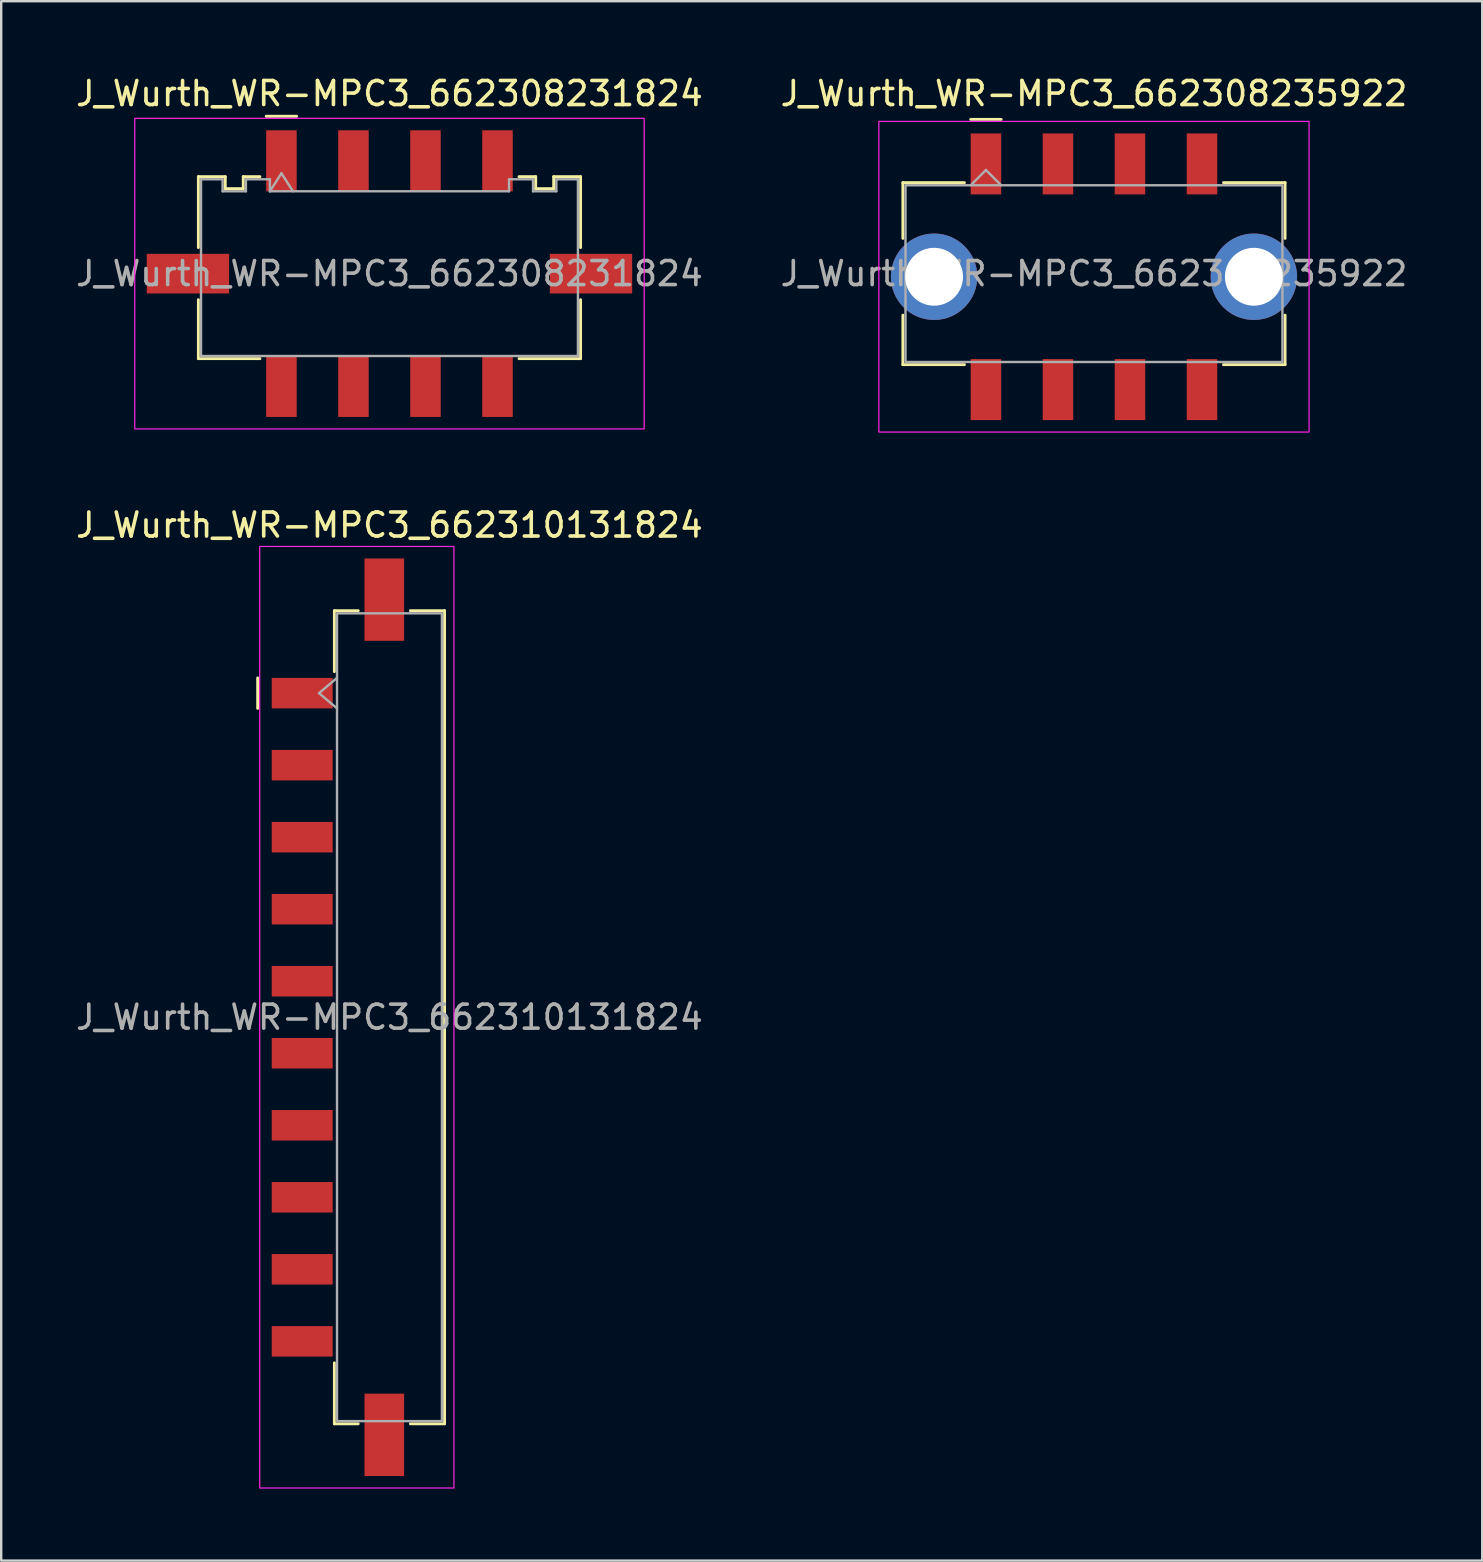
<source format=kicad_pcb>
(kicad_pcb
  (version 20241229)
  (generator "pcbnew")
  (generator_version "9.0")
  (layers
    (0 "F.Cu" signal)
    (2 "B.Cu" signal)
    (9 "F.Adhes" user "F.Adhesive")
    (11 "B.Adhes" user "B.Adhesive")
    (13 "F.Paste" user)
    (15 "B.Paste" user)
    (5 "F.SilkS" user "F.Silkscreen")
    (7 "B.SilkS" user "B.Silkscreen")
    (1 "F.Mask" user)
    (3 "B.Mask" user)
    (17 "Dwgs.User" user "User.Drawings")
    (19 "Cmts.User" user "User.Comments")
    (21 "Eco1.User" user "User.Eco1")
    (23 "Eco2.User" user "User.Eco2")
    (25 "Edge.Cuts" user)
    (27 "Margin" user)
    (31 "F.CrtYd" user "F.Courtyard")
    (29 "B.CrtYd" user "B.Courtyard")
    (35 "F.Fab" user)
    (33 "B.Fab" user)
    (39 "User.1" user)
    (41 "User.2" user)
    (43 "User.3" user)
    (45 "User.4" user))
  (footprint "J_Wurth_WR-MPC3_662310131824"
    (layer "F.Cu")
    (at 13.173 39.322)
    (property "Reference" "J_Wurth_WR-MPC3_662310131824" (at 0 -20.5 0) (unlocked yes) (layer "F.SilkS") (effects (font (size 1 1) (thickness 0.15))))
    (attr smd)
    (fp_line (start -5.49 -12.865) (end -5.49 -14.135) (stroke (width 0.12) (type solid)) (layer "F.SilkS"))
    (fp_line (start -2.295 -16.935) (end -2.295 -14.395) (stroke (width 0.12) (type solid)) (layer "F.SilkS"))
    (fp_line (start -2.295 -16.935) (end -1.3 -16.935) (stroke (width 0.12) (type solid)) (layer "F.SilkS"))
    (fp_line (start -2.295 16.935) (end -2.295 14.395) (stroke (width 0.12) (type default)) (layer "F.SilkS"))
    (fp_line (start -2.295 16.935) (end -1.3 16.935) (stroke (width 0.12) (type solid)) (layer "F.SilkS"))
    (fp_line (start 2.295 -16.935) (end 0.87 -16.935) (stroke (width 0.12) (type default)) (layer "F.SilkS"))
    (fp_line (start 2.295 -16.935) (end 2.295 16.935) (stroke (width 0.12) (type solid)) (layer "F.SilkS"))
    (fp_line (start 2.295 16.935) (end 0.87 16.935) (stroke (width 0.12) (type default)) (layer "F.SilkS"))
    (fp_rect (start -5.405 -19.61) (end 2.685 19.61) (stroke (width 0.05) (type solid)) (fill no) (layer "F.CrtYd"))
    (fp_line (start -2.935 -13.5) (end -2.185 -14.135) (stroke (width 0.1) (type solid)) (layer "F.Fab"))
    (fp_line (start -2.935 -13.5) (end -2.185 -12.865) (stroke (width 0.1) (type solid)) (layer "F.Fab"))
    (fp_rect (start -2.185 -16.825) (end 2.185 16.825) (stroke (width 0.1) (type solid)) (fill no) (layer "F.Fab"))
    (fp_text user "${REFERENCE}" (at 0 0 0) (unlocked yes) (layer "F.Fab") (effects (font (size 1 1) (thickness 0.15))))
    (pad "1" smd rect (at -3.635 -13.5 90) (size 1.27 2.54) (layers "F.Cu" "F.Mask" "F.Paste"))
    (pad "2" smd rect (at -3.635 -10.5 90) (size 1.27 2.54) (layers "F.Cu" "F.Mask" "F.Paste"))
    (pad "3" smd rect (at -3.635 -7.5 90) (size 1.27 2.54) (layers "F.Cu" "F.Mask" "F.Paste"))
    (pad "4" smd rect (at -3.635 -4.5 90) (size 1.27 2.54) (layers "F.Cu" "F.Mask" "F.Paste"))
    (pad "5" smd rect (at -3.635 -1.5 90) (size 1.27 2.54) (layers "F.Cu" "F.Mask" "F.Paste"))
    (pad "6" smd rect (at -3.635 1.5 90) (size 1.27 2.54) (layers "F.Cu" "F.Mask" "F.Paste"))
    (pad "7" smd rect (at -3.635 4.5 90) (size 1.27 2.54) (layers "F.Cu" "F.Mask" "F.Paste"))
    (pad "8" smd rect (at -3.635 7.5 90) (size 1.27 2.54) (layers "F.Cu" "F.Mask" "F.Paste"))
    (pad "9" smd rect (at -3.635 10.5 90) (size 1.27 2.54) (layers "F.Cu" "F.Mask" "F.Paste"))
    (pad "10" smd rect (at -3.635 13.5 90) (size 1.27 2.54) (layers "F.Cu" "F.Mask" "F.Paste"))
    (pad "MP1" smd rect (at -0.215 17.395 90) (size 3.43 1.65) (layers "F.Cu" "F.Mask" "F.Paste"))
    (pad "MP2" smd rect (at -0.215 -17.395 90) (size 3.43 1.65) (layers "F.Cu" "F.Mask" "F.Paste")))
  (footprint "J_Wurth_WR-MPC3_662308235922"
    (layer "F.Cu")
    (at 42.518 8.348)
    (property "Reference" "J_Wurth_WR-MPC3_662308235922" (at 0 -7.5 0) (unlocked yes) (layer "F.SilkS") (effects (font (size 1 1) (thickness 0.15))))
    (attr smd)
    (fp_line (start -7.96 -3.79) (end -7.96 -1.468) (stroke (width 0.12) (type default)) (layer "F.SilkS"))
    (fp_line (start -7.96 1.728) (end -7.96 3.79) (stroke (width 0.12) (type default)) (layer "F.SilkS"))
    (fp_line (start -5.395 -3.79) (end -7.96 -3.79) (stroke (width 0.12) (type solid)) (layer "F.SilkS"))
    (fp_line (start -5.395 3.79) (end -7.96 3.79) (stroke (width 0.12) (type solid)) (layer "F.SilkS"))
    (fp_line (start -5.135 -6.425) (end -3.865 -6.425) (stroke (width 0.12) (type solid)) (layer "F.SilkS"))
    (fp_line (start 7.96 -3.79) (end 5.395 -3.79) (stroke (width 0.12) (type solid)) (layer "F.SilkS"))
    (fp_line (start 7.96 -3.79) (end 7.96 -1.468) (stroke (width 0.12) (type default)) (layer "F.SilkS"))
    (fp_line (start 7.96 1.728) (end 7.96 3.79) (stroke (width 0.12) (type default)) (layer "F.SilkS"))
    (fp_line (start 7.96 3.79) (end 5.395 3.79) (stroke (width 0.12) (type solid)) (layer "F.SilkS"))
    (fp_rect (start -8.96 -6.34) (end 8.96 6.6) (stroke (width 0.05) (type solid)) (fill no) (layer "F.CrtYd"))
    (fp_line (start -4.5 -4.315) (end -5.135 -3.68) (stroke (width 0.1) (type default)) (layer "F.Fab"))
    (fp_line (start -3.865 -3.68) (end -4.5 -4.315) (stroke (width 0.1) (type default)) (layer "F.Fab"))
    (fp_rect (start -7.85 -3.68) (end 7.85 3.68) (stroke (width 0.1) (type solid)) (fill no) (layer "F.Fab"))
    (fp_text user "${REFERENCE}" (at 0 0 0) (unlocked yes) (layer "F.Fab") (effects (font (size 1 1) (thickness 0.15))))
    (pad "1" smd rect (at -4.5 -4.57 180) (size 1.27 2.54) (layers "F.Cu" "F.Mask" "F.Paste"))
    (pad "2" smd rect (at -1.5 -4.57 180) (size 1.27 2.54) (layers "F.Cu" "F.Mask" "F.Paste"))
    (pad "3" smd rect (at 1.5 -4.57 180) (size 1.27 2.54) (layers "F.Cu" "F.Mask" "F.Paste"))
    (pad "4" smd rect (at 4.5 -4.57 180) (size 1.27 2.54) (layers "F.Cu" "F.Mask" "F.Paste"))
    (pad "5" smd rect (at -4.5 4.83 180) (size 1.27 2.54) (layers "F.Cu" "F.Mask" "F.Paste"))
    (pad "6" smd rect (at -1.5 4.83 180) (size 1.27 2.54) (layers "F.Cu" "F.Mask" "F.Paste"))
    (pad "7" smd rect (at 1.5 4.83 180) (size 1.27 2.54) (layers "F.Cu" "F.Mask" "F.Paste"))
    (pad "8" smd rect (at 4.5 4.83 180) (size 1.27 2.54) (layers "F.Cu" "F.Mask" "F.Paste"))
    (pad "MH1" thru_hole circle (at 6.66 0.13 180) (size 3.6 3.6) (drill 2.41) (layers "*.Cu" "*.Mask"))
    (pad "MH2" thru_hole circle (at -6.66 0.13 180) (size 3.6 3.6) (drill 2.41) (layers "*.Cu" "*.Mask")))
  (footprint "J_Wurth_WR-MPC3_662308231824"
    (layer "F.Cu")
    (at 13.173 8.348)
    (property "Reference" "J_Wurth_WR-MPC3_662308231824" (at 0 -7.5 0) (unlocked yes) (layer "F.SilkS") (effects (font (size 1 1) (thickness 0.15))))
    (attr smd)
    (fp_line (start -7.96 -4.04) (end -7.96 -1.085) (stroke (width 0.12) (type solid)) (layer "F.SilkS"))
    (fp_line (start -7.96 3.54) (end -7.96 1.085) (stroke (width 0.12) (type solid)) (layer "F.SilkS"))
    (fp_line (start -6.84 -4.04) (end -7.96 -4.04) (stroke (width 0.12) (type default)) (layer "F.SilkS"))
    (fp_line (start -6.84 -3.54) (end -6.84 -4.04) (stroke (width 0.12) (type default)) (layer "F.SilkS"))
    (fp_line (start -6.09 -4.04) (end -6.09 -3.54) (stroke (width 0.12) (type default)) (layer "F.SilkS"))
    (fp_line (start -6.09 -4.04) (end -5.395 -4.04) (stroke (width 0.12) (type solid)) (layer "F.SilkS"))
    (fp_line (start -6.09 -3.54) (end -6.84 -3.54) (stroke (width 0.12) (type default)) (layer "F.SilkS"))
    (fp_line (start -5.395 3.54) (end -7.96 3.54) (stroke (width 0.12) (type solid)) (layer "F.SilkS"))
    (fp_line (start -5.135 -6.555) (end -3.865 -6.555) (stroke (width 0.12) (type solid)) (layer "F.SilkS"))
    (fp_line (start 5.395 -4.04) (end 6.09 -4.04) (stroke (width 0.12) (type solid)) (layer "F.SilkS"))
    (fp_line (start 6.09 -3.54) (end 6.09 -4.04) (stroke (width 0.12) (type default)) (layer "F.SilkS"))
    (fp_line (start 6.84 -4.04) (end 6.84 -3.54) (stroke (width 0.12) (type default)) (layer "F.SilkS"))
    (fp_line (start 6.84 -3.54) (end 6.09 -3.54) (stroke (width 0.12) (type default)) (layer "F.SilkS"))
    (fp_line (start 7.96 -4.04) (end 6.84 -4.04) (stroke (width 0.12) (type default)) (layer "F.SilkS"))
    (fp_line (start 7.96 -4.04) (end 7.96 -1.085) (stroke (width 0.12) (type solid)) (layer "F.SilkS"))
    (fp_line (start 7.96 3.54) (end 5.395 3.54) (stroke (width 0.12) (type solid)) (layer "F.SilkS"))
    (fp_line (start 7.96 3.54) (end 7.96 1.085) (stroke (width 0.12) (type solid)) (layer "F.SilkS"))
    (fp_rect (start -10.61 -6.47) (end 10.61 6.47) (stroke (width 0.05) (type solid)) (fill no) (layer "F.CrtYd"))
    (fp_line (start -7.85 -3.93) (end -6.95 -3.93) (stroke (width 0.1) (type solid)) (layer "F.Fab"))
    (fp_line (start -7.85 3.43) (end -7.85 -3.93) (stroke (width 0.1) (type default)) (layer "F.Fab"))
    (fp_line (start -6.95 -3.93) (end -6.95 -3.43) (stroke (width 0.1) (type solid)) (layer "F.Fab"))
    (fp_line (start -5.98 -3.93) (end -5.98 -3.43) (stroke (width 0.1) (type solid)) (layer "F.Fab"))
    (fp_line (start -5.98 -3.43) (end -6.95 -3.43) (stroke (width 0.1) (type solid)) (layer "F.Fab"))
    (fp_line (start -4.98 -3.93) (end -5.98 -3.93) (stroke (width 0.1) (type solid)) (layer "F.Fab"))
    (fp_line (start -4.98 -3.93) (end -4.98 -3.43) (stroke (width 0.1) (type solid)) (layer "F.Fab"))
    (fp_line (start -4.5 -4.18) (end -4.98 -3.43) (stroke (width 0.1) (type solid)) (layer "F.Fab"))
    (fp_line (start -4.5 -4.18) (end -4.02 -3.43) (stroke (width 0.1) (type solid)) (layer "F.Fab"))
    (fp_line (start 4.98 -3.93) (end 4.98 -3.43) (stroke (width 0.1) (type solid)) (layer "F.Fab"))
    (fp_line (start 4.98 -3.43) (end -4.98 -3.43) (stroke (width 0.1) (type default)) (layer "F.Fab"))
    (fp_line (start 5.98 -3.93) (end 4.98 -3.93) (stroke (width 0.1) (type solid)) (layer "F.Fab"))
    (fp_line (start 5.98 -3.93) (end 5.98 -3.43) (stroke (width 0.1) (type solid)) (layer "F.Fab"))
    (fp_line (start 6.95 -3.93) (end 6.95 -3.43) (stroke (width 0.1) (type solid)) (layer "F.Fab"))
    (fp_line (start 6.95 -3.93) (end 7.85 -3.93) (stroke (width 0.1) (type solid)) (layer "F.Fab"))
    (fp_line (start 6.95 -3.43) (end 5.98 -3.43) (stroke (width 0.1) (type solid)) (layer "F.Fab"))
    (fp_line (start 7.85 -3.93) (end 7.85 3.43) (stroke (width 0.1) (type default)) (layer "F.Fab"))
    (fp_line (start 7.85 3.43) (end -7.85 3.43) (stroke (width 0.1) (type default)) (layer "F.Fab"))
    (fp_text user "${REFERENCE}" (at 0 0 0) (unlocked yes) (layer "F.Fab") (effects (font (size 1 1) (thickness 0.15))))
    (pad "1" smd rect (at -4.5 -4.7 180) (size 1.27 2.54) (layers "F.Cu" "F.Mask" "F.Paste"))
    (pad "2" smd rect (at -1.5 -4.7 180) (size 1.27 2.54) (layers "F.Cu" "F.Mask" "F.Paste"))
    (pad "3" smd rect (at 1.5 -4.7 180) (size 1.27 2.54) (layers "F.Cu" "F.Mask" "F.Paste"))
    (pad "4" smd rect (at 4.5 -4.7 180) (size 1.27 2.54) (layers "F.Cu" "F.Mask" "F.Paste"))
    (pad "5" smd rect (at -4.5 4.7 180) (size 1.27 2.54) (layers "F.Cu" "F.Mask" "F.Paste"))
    (pad "6" smd rect (at -1.5 4.7 180) (size 1.27 2.54) (layers "F.Cu" "F.Mask" "F.Paste"))
    (pad "7" smd rect (at 1.5 4.7 180) (size 1.27 2.54) (layers "F.Cu" "F.Mask" "F.Paste"))
    (pad "8" smd rect (at 4.5 4.7 180) (size 1.27 2.54) (layers "F.Cu" "F.Mask" "F.Paste"))
    (pad "MP1" smd rect (at 8.395 0 180) (size 3.43 1.65) (layers "F.Cu" "F.Mask" "F.Paste"))
    (pad "MP2" smd rect (at -8.395 0 180) (size 3.43 1.65) (layers "F.Cu" "F.Mask" "F.Paste")))
  (gr_rect
    (start -3 -3)
    (end 58.69 61.956)
    (stroke (width 0.1) (type default))
    (fill no)
    (layer "Edge.Cuts")))
</source>
